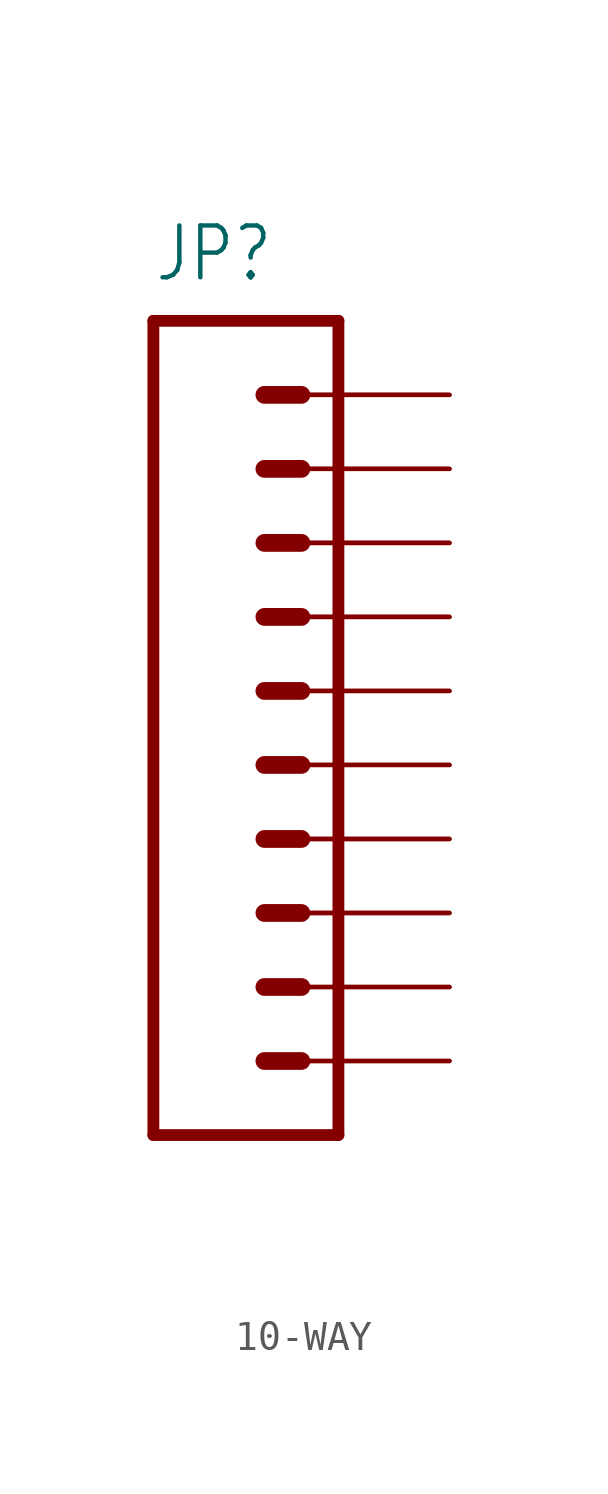
<source format=kicad_sym>
(kicad_symbol_lib
  (version 20220914)
  (generator kicad_symbol_editor)
  (symbol "10-WAY"
    (property "Reference" "JP"
      (at 0 8.89 0)
      (effects (font (size 1.778 1.511)) (justify left bottom)))
    (property "Value" ""
      (at 0 -22.86 0)
      (effects (font (size 1.778 1.511)) (justify left bottom)))
    (property "ki_locked" ""
      (at 0 0 0)
      (effects (font (size 1.27 1.27))))
    (symbol "10-WAY_1_0"
      (polyline (pts (xy 0 7.62) (xy 0 -20.32)) (stroke (width 0.406) (type solid)) (fill (type none)))
      (polyline (pts (xy 0 7.62) (xy 6.35 7.62)) (stroke (width 0.406) (type solid)) (fill (type none)))
      (polyline (pts (xy 3.81 -17.78) (xy 5.08 -17.78)) (stroke (width 0.61) (type solid)) (fill (type none)))
      (polyline (pts (xy 3.81 -15.24) (xy 5.08 -15.24)) (stroke (width 0.61) (type solid)) (fill (type none)))
      (polyline (pts (xy 3.81 -12.7) (xy 5.08 -12.7)) (stroke (width 0.61) (type solid)) (fill (type none)))
      (polyline (pts (xy 3.81 -10.16) (xy 5.08 -10.16)) (stroke (width 0.61) (type solid)) (fill (type none)))
      (polyline (pts (xy 3.81 -7.62) (xy 5.08 -7.62)) (stroke (width 0.61) (type solid)) (fill (type none)))
      (polyline (pts (xy 3.81 -5.08) (xy 5.08 -5.08)) (stroke (width 0.61) (type solid)) (fill (type none)))
      (polyline (pts (xy 3.81 -2.54) (xy 5.08 -2.54)) (stroke (width 0.61) (type solid)) (fill (type none)))
      (polyline (pts (xy 3.81 0) (xy 5.08 0)) (stroke (width 0.61) (type solid)) (fill (type none)))
      (polyline (pts (xy 3.81 2.54) (xy 5.08 2.54)) (stroke (width 0.61) (type solid)) (fill (type none)))
      (polyline (pts (xy 3.81 5.08) (xy 5.08 5.08)) (stroke (width 0.61) (type solid)) (fill (type none)))
      (polyline (pts (xy 6.35 -20.32) (xy 0 -20.32)) (stroke (width 0.406) (type solid)) (fill (type none)))
      (polyline (pts (xy 6.35 -20.32) (xy 6.35 7.62)) (stroke (width 0.406) (type solid)) (fill (type none)))
      (pin passive line (at 10.16 -17.78 180) (length 5.08) (name "1" (effects (font (size 0 0)))) (number "A1" (effects (font (size 0 0)))))
      (pin passive line (at 10.16 5.08 180) (length 5.08) (name "10" (effects (font (size 0 0)))) (number "A10" (effects (font (size 0 0)))))
      (pin passive line (at 10.16 -15.24 180) (length 5.08) (name "2" (effects (font (size 0 0)))) (number "A2" (effects (font (size 0 0)))))
      (pin passive line (at 10.16 -12.7 180) (length 5.08) (name "3" (effects (font (size 0 0)))) (number "A3" (effects (font (size 0 0)))))
      (pin passive line (at 10.16 -10.16 180) (length 5.08) (name "4" (effects (font (size 0 0)))) (number "A4" (effects (font (size 0 0)))))
      (pin passive line (at 10.16 -7.62 180) (length 5.08) (name "5" (effects (font (size 0 0)))) (number "A5" (effects (font (size 0 0)))))
      (pin passive line (at 10.16 -5.08 180) (length 5.08) (name "6" (effects (font (size 0 0)))) (number "A6" (effects (font (size 0 0)))))
      (pin passive line (at 10.16 -2.54 180) (length 5.08) (name "7" (effects (font (size 0 0)))) (number "A7" (effects (font (size 0 0)))))
      (pin passive line (at 10.16 0 180) (length 5.08) (name "8" (effects (font (size 0 0)))) (number "A8" (effects (font (size 0 0)))))
      (pin passive line (at 10.16 2.54 180) (length 5.08) (name "9" (effects (font (size 0 0)))) (number "A9" (effects (font (size 0 0)))))
      (pin passive line (at 10.16 -17.78 180) (length 5.08) (name "1" (effects (font (size 0 0)))) (number "B1" (effects (font (size 0 0)))))
      (pin passive line (at 10.16 5.08 180) (length 5.08) (name "10" (effects (font (size 0 0)))) (number "B10" (effects (font (size 0 0)))))
      (pin passive line (at 10.16 -15.24 180) (length 5.08) (name "2" (effects (font (size 0 0)))) (number "B2" (effects (font (size 0 0)))))
      (pin passive line (at 10.16 -12.7 180) (length 5.08) (name "3" (effects (font (size 0 0)))) (number "B3" (effects (font (size 0 0)))))
      (pin passive line (at 10.16 -10.16 180) (length 5.08) (name "4" (effects (font (size 0 0)))) (number "B4" (effects (font (size 0 0)))))
      (pin passive line (at 10.16 -7.62 180) (length 5.08) (name "5" (effects (font (size 0 0)))) (number "B5" (effects (font (size 0 0)))))
      (pin passive line (at 10.16 -5.08 180) (length 5.08) (name "6" (effects (font (size 0 0)))) (number "B6" (effects (font (size 0 0)))))
      (pin passive line (at 10.16 -2.54 180) (length 5.08) (name "7" (effects (font (size 0 0)))) (number "B7" (effects (font (size 0 0)))))
      (pin passive line (at 10.16 0 180) (length 5.08) (name "8" (effects (font (size 0 0)))) (number "B8" (effects (font (size 0 0)))))
      (pin passive line (at 10.16 2.54 180) (length 5.08) (name "9" (effects (font (size 0 0)))) (number "B9" (effects (font (size 0 0))))))))
</source>
